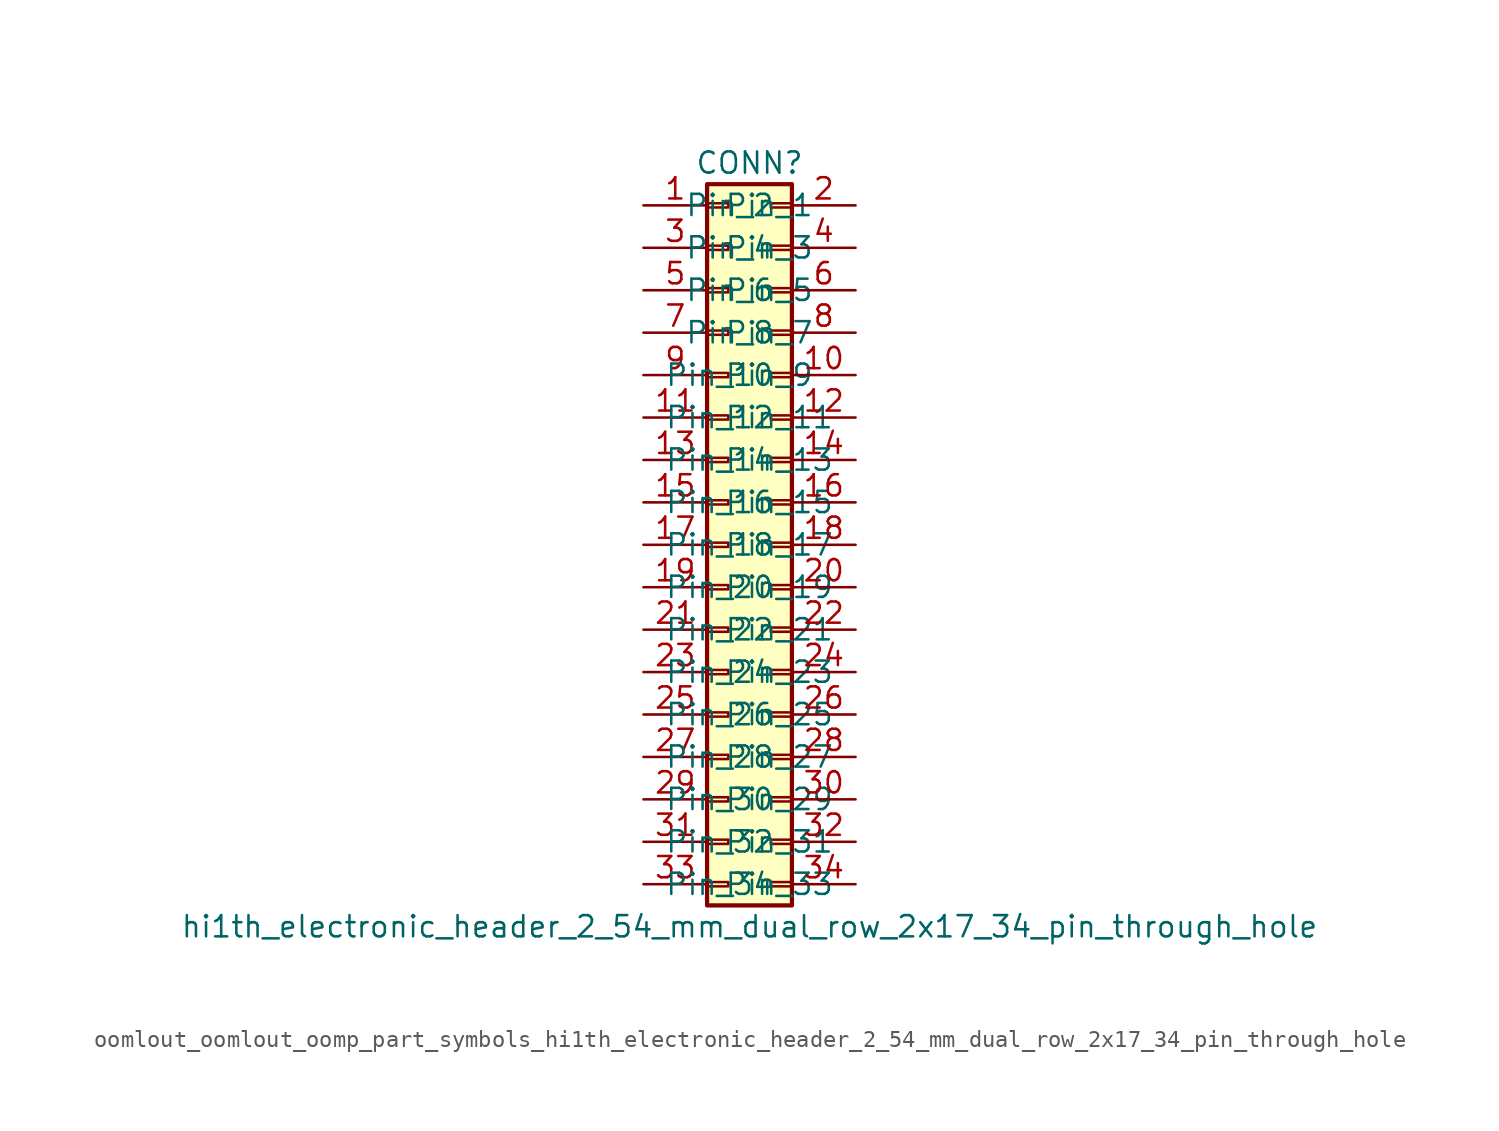
<source format=kicad_sym>
(kicad_symbol_lib
  (version 20220914)
  (generator kicad_symbol_editor)
  (symbol "oomlout_oomlout_oomp_part_symbols_hi1th_electronic_header_2_54_mm_dual_row_2x17_34_pin_through_hole"
    (pin_names
      (offset 1.016))
    (property "Reference" "CONN"
      (at 1.27 22.86 0)
      (effects (font (size 1.27 1.27))))
    (property "Value" "hi1th_electronic_header_2_54_mm_dual_row_2x17_34_pin_through_hole"
      (at 1.27 -22.86 0)
      (effects (font (size 1.27 1.27))))
    (symbol "oomlout_oomlout_oomp_part_symbols_hi1th_electronic_header_2_54_mm_dual_row_2x17_34_pin_through_hole_1_1"
      (rectangle (start -1.27 -20.193) (end 0 -20.447) (stroke (width 0.152) (type default)) (fill (type none)))
      (rectangle (start -1.27 -17.653) (end 0 -17.907) (stroke (width 0.152) (type default)) (fill (type none)))
      (rectangle (start -1.27 -15.113) (end 0 -15.367) (stroke (width 0.152) (type default)) (fill (type none)))
      (rectangle (start -1.27 -12.573) (end 0 -12.827) (stroke (width 0.152) (type default)) (fill (type none)))
      (rectangle (start -1.27 -10.033) (end 0 -10.287) (stroke (width 0.152) (type default)) (fill (type none)))
      (rectangle (start -1.27 -7.493) (end 0 -7.747) (stroke (width 0.152) (type default)) (fill (type none)))
      (rectangle (start -1.27 -4.953) (end 0 -5.207) (stroke (width 0.152) (type default)) (fill (type none)))
      (rectangle (start -1.27 -2.413) (end 0 -2.667) (stroke (width 0.152) (type default)) (fill (type none)))
      (rectangle (start -1.27 0.127) (end 0 -0.127) (stroke (width 0.152) (type default)) (fill (type none)))
      (rectangle (start -1.27 2.667) (end 0 2.413) (stroke (width 0.152) (type default)) (fill (type none)))
      (rectangle (start -1.27 5.207) (end 0 4.953) (stroke (width 0.152) (type default)) (fill (type none)))
      (rectangle (start -1.27 7.747) (end 0 7.493) (stroke (width 0.152) (type default)) (fill (type none)))
      (rectangle (start -1.27 10.287) (end 0 10.033) (stroke (width 0.152) (type default)) (fill (type none)))
      (rectangle (start -1.27 12.827) (end 0 12.573) (stroke (width 0.152) (type default)) (fill (type none)))
      (rectangle (start -1.27 15.367) (end 0 15.113) (stroke (width 0.152) (type default)) (fill (type none)))
      (rectangle (start -1.27 17.907) (end 0 17.653) (stroke (width 0.152) (type default)) (fill (type none)))
      (rectangle (start -1.27 20.447) (end 0 20.193) (stroke (width 0.152) (type default)) (fill (type none)))
      (rectangle (start -1.27 21.59) (end 3.81 -21.59) (stroke (width 0.254) (type default)) (fill (type background)))
      (rectangle (start 3.81 -20.193) (end 2.54 -20.447) (stroke (width 0.152) (type default)) (fill (type none)))
      (rectangle (start 3.81 -17.653) (end 2.54 -17.907) (stroke (width 0.152) (type default)) (fill (type none)))
      (rectangle (start 3.81 -15.113) (end 2.54 -15.367) (stroke (width 0.152) (type default)) (fill (type none)))
      (rectangle (start 3.81 -12.573) (end 2.54 -12.827) (stroke (width 0.152) (type default)) (fill (type none)))
      (rectangle (start 3.81 -10.033) (end 2.54 -10.287) (stroke (width 0.152) (type default)) (fill (type none)))
      (rectangle (start 3.81 -7.493) (end 2.54 -7.747) (stroke (width 0.152) (type default)) (fill (type none)))
      (rectangle (start 3.81 -4.953) (end 2.54 -5.207) (stroke (width 0.152) (type default)) (fill (type none)))
      (rectangle (start 3.81 -2.413) (end 2.54 -2.667) (stroke (width 0.152) (type default)) (fill (type none)))
      (rectangle (start 3.81 0.127) (end 2.54 -0.127) (stroke (width 0.152) (type default)) (fill (type none)))
      (rectangle (start 3.81 2.667) (end 2.54 2.413) (stroke (width 0.152) (type default)) (fill (type none)))
      (rectangle (start 3.81 5.207) (end 2.54 4.953) (stroke (width 0.152) (type default)) (fill (type none)))
      (rectangle (start 3.81 7.747) (end 2.54 7.493) (stroke (width 0.152) (type default)) (fill (type none)))
      (rectangle (start 3.81 10.287) (end 2.54 10.033) (stroke (width 0.152) (type default)) (fill (type none)))
      (rectangle (start 3.81 12.827) (end 2.54 12.573) (stroke (width 0.152) (type default)) (fill (type none)))
      (rectangle (start 3.81 15.367) (end 2.54 15.113) (stroke (width 0.152) (type default)) (fill (type none)))
      (rectangle (start 3.81 17.907) (end 2.54 17.653) (stroke (width 0.152) (type default)) (fill (type none)))
      (rectangle (start 3.81 20.447) (end 2.54 20.193) (stroke (width 0.152) (type default)) (fill (type none)))
      (pin passive line (at -5.08 20.32 0) (length 3.81) (name "Pin_1" (effects (font (size 1.27 1.27)))) (number "1" (effects (font (size 1.27 1.27)))))
      (pin passive line (at 7.62 10.16 180) (length 3.81) (name "Pin_10" (effects (font (size 1.27 1.27)))) (number "10" (effects (font (size 1.27 1.27)))))
      (pin passive line (at -5.08 7.62 0) (length 3.81) (name "Pin_11" (effects (font (size 1.27 1.27)))) (number "11" (effects (font (size 1.27 1.27)))))
      (pin passive line (at 7.62 7.62 180) (length 3.81) (name "Pin_12" (effects (font (size 1.27 1.27)))) (number "12" (effects (font (size 1.27 1.27)))))
      (pin passive line (at -5.08 5.08 0) (length 3.81) (name "Pin_13" (effects (font (size 1.27 1.27)))) (number "13" (effects (font (size 1.27 1.27)))))
      (pin passive line (at 7.62 5.08 180) (length 3.81) (name "Pin_14" (effects (font (size 1.27 1.27)))) (number "14" (effects (font (size 1.27 1.27)))))
      (pin passive line (at -5.08 2.54 0) (length 3.81) (name "Pin_15" (effects (font (size 1.27 1.27)))) (number "15" (effects (font (size 1.27 1.27)))))
      (pin passive line (at 7.62 2.54 180) (length 3.81) (name "Pin_16" (effects (font (size 1.27 1.27)))) (number "16" (effects (font (size 1.27 1.27)))))
      (pin passive line (at -5.08 0 0) (length 3.81) (name "Pin_17" (effects (font (size 1.27 1.27)))) (number "17" (effects (font (size 1.27 1.27)))))
      (pin passive line (at 7.62 0 180) (length 3.81) (name "Pin_18" (effects (font (size 1.27 1.27)))) (number "18" (effects (font (size 1.27 1.27)))))
      (pin passive line (at -5.08 -2.54 0) (length 3.81) (name "Pin_19" (effects (font (size 1.27 1.27)))) (number "19" (effects (font (size 1.27 1.27)))))
      (pin passive line (at 7.62 20.32 180) (length 3.81) (name "Pin_2" (effects (font (size 1.27 1.27)))) (number "2" (effects (font (size 1.27 1.27)))))
      (pin passive line (at 7.62 -2.54 180) (length 3.81) (name "Pin_20" (effects (font (size 1.27 1.27)))) (number "20" (effects (font (size 1.27 1.27)))))
      (pin passive line (at -5.08 -5.08 0) (length 3.81) (name "Pin_21" (effects (font (size 1.27 1.27)))) (number "21" (effects (font (size 1.27 1.27)))))
      (pin passive line (at 7.62 -5.08 180) (length 3.81) (name "Pin_22" (effects (font (size 1.27 1.27)))) (number "22" (effects (font (size 1.27 1.27)))))
      (pin passive line (at -5.08 -7.62 0) (length 3.81) (name "Pin_23" (effects (font (size 1.27 1.27)))) (number "23" (effects (font (size 1.27 1.27)))))
      (pin passive line (at 7.62 -7.62 180) (length 3.81) (name "Pin_24" (effects (font (size 1.27 1.27)))) (number "24" (effects (font (size 1.27 1.27)))))
      (pin passive line (at -5.08 -10.16 0) (length 3.81) (name "Pin_25" (effects (font (size 1.27 1.27)))) (number "25" (effects (font (size 1.27 1.27)))))
      (pin passive line (at 7.62 -10.16 180) (length 3.81) (name "Pin_26" (effects (font (size 1.27 1.27)))) (number "26" (effects (font (size 1.27 1.27)))))
      (pin passive line (at -5.08 -12.7 0) (length 3.81) (name "Pin_27" (effects (font (size 1.27 1.27)))) (number "27" (effects (font (size 1.27 1.27)))))
      (pin passive line (at 7.62 -12.7 180) (length 3.81) (name "Pin_28" (effects (font (size 1.27 1.27)))) (number "28" (effects (font (size 1.27 1.27)))))
      (pin passive line (at -5.08 -15.24 0) (length 3.81) (name "Pin_29" (effects (font (size 1.27 1.27)))) (number "29" (effects (font (size 1.27 1.27)))))
      (pin passive line (at -5.08 17.78 0) (length 3.81) (name "Pin_3" (effects (font (size 1.27 1.27)))) (number "3" (effects (font (size 1.27 1.27)))))
      (pin passive line (at 7.62 -15.24 180) (length 3.81) (name "Pin_30" (effects (font (size 1.27 1.27)))) (number "30" (effects (font (size 1.27 1.27)))))
      (pin passive line (at -5.08 -17.78 0) (length 3.81) (name "Pin_31" (effects (font (size 1.27 1.27)))) (number "31" (effects (font (size 1.27 1.27)))))
      (pin passive line (at 7.62 -17.78 180) (length 3.81) (name "Pin_32" (effects (font (size 1.27 1.27)))) (number "32" (effects (font (size 1.27 1.27)))))
      (pin passive line (at -5.08 -20.32 0) (length 3.81) (name "Pin_33" (effects (font (size 1.27 1.27)))) (number "33" (effects (font (size 1.27 1.27)))))
      (pin passive line (at 7.62 -20.32 180) (length 3.81) (name "Pin_34" (effects (font (size 1.27 1.27)))) (number "34" (effects (font (size 1.27 1.27)))))
      (pin passive line (at 7.62 17.78 180) (length 3.81) (name "Pin_4" (effects (font (size 1.27 1.27)))) (number "4" (effects (font (size 1.27 1.27)))))
      (pin passive line (at -5.08 15.24 0) (length 3.81) (name "Pin_5" (effects (font (size 1.27 1.27)))) (number "5" (effects (font (size 1.27 1.27)))))
      (pin passive line (at 7.62 15.24 180) (length 3.81) (name "Pin_6" (effects (font (size 1.27 1.27)))) (number "6" (effects (font (size 1.27 1.27)))))
      (pin passive line (at -5.08 12.7 0) (length 3.81) (name "Pin_7" (effects (font (size 1.27 1.27)))) (number "7" (effects (font (size 1.27 1.27)))))
      (pin passive line (at 7.62 12.7 180) (length 3.81) (name "Pin_8" (effects (font (size 1.27 1.27)))) (number "8" (effects (font (size 1.27 1.27)))))
      (pin passive line (at -5.08 10.16 0) (length 3.81) (name "Pin_9" (effects (font (size 1.27 1.27)))) (number "9" (effects (font (size 1.27 1.27))))))))
</source>
